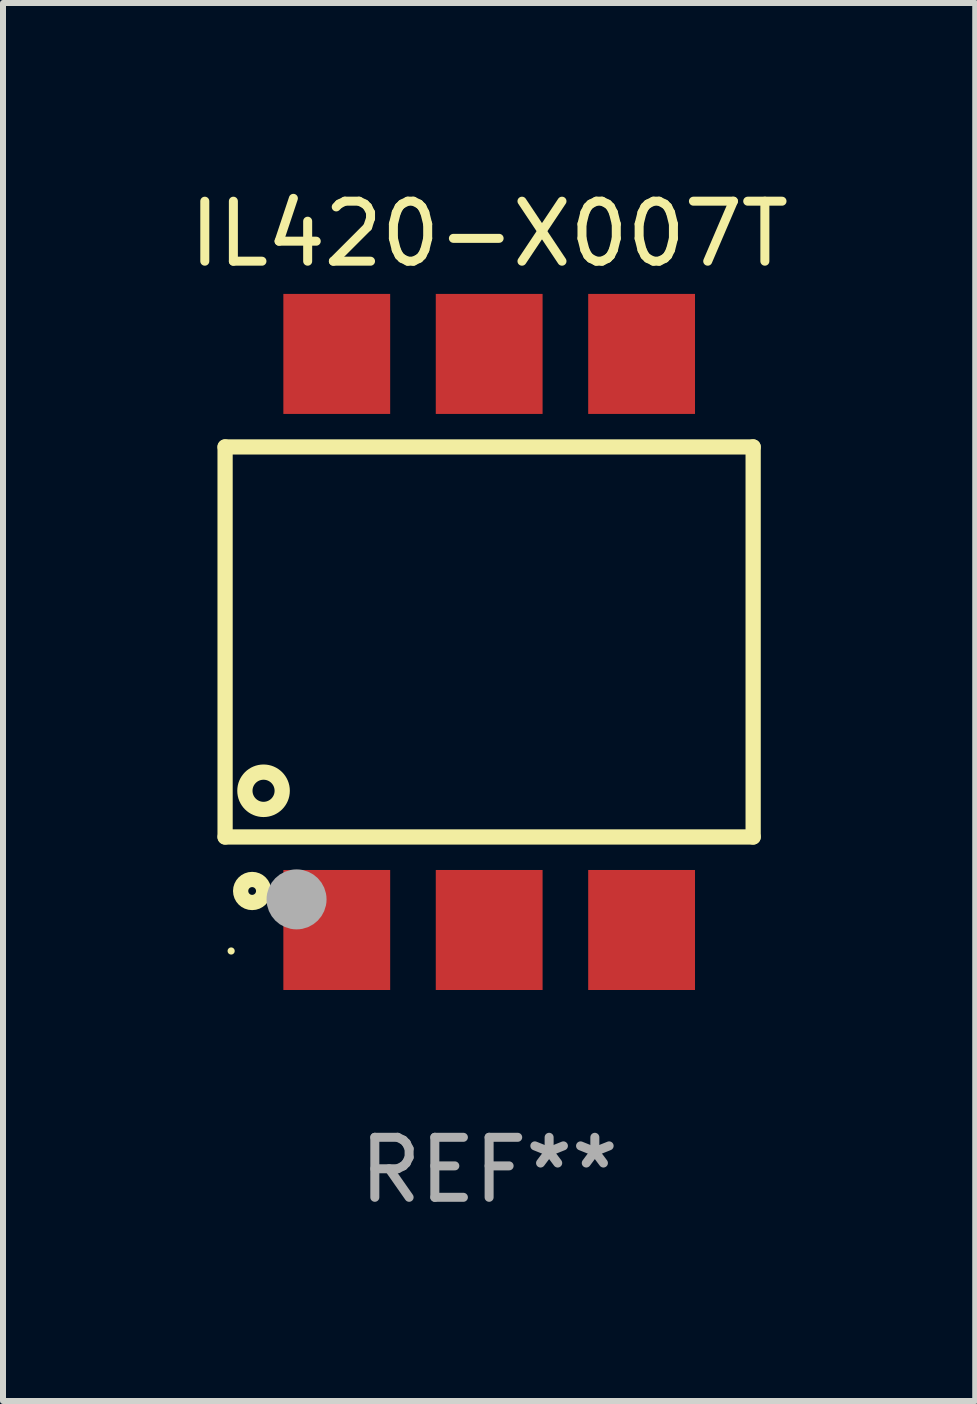
<source format=kicad_pcb>
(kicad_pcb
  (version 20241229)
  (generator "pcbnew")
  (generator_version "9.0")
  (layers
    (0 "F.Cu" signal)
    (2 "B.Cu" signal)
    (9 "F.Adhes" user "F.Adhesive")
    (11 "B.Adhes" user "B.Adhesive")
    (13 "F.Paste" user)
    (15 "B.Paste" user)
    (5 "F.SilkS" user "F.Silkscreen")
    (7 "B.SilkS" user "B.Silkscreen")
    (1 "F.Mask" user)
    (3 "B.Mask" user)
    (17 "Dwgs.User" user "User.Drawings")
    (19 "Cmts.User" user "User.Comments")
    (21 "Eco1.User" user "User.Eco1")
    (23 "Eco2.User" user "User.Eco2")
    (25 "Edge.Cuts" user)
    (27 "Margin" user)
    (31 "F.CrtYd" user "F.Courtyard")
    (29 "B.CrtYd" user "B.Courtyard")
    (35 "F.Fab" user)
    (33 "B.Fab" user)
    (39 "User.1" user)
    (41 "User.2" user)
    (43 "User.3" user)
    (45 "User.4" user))
  (footprint "IL420-X007T"
    (layer "F.Cu")
    (at 5.101 7.648)
    (property "Reference" "IL420-X007T" (at 0 -6.8 0) (layer "F.SilkS") (effects (font (size 1 1) (thickness 0.15))))
    (attr through_hole)
    (fp_line (start -4.4 -3.25) (end -4.4 3.25) (stroke (width 0.254) (type solid)) (layer "F.SilkS"))
    (fp_line (start -4.4 -3.25) (end 4.4 -3.25) (stroke (width 0.254) (type solid)) (layer "F.SilkS"))
    (fp_line (start 4.4 3.25) (end -4.4 3.25) (stroke (width 0.254) (type solid)) (layer "F.SilkS"))
    (fp_line (start 4.4 3.25) (end 4.4 -3.25) (stroke (width 0.254) (type solid)) (layer "F.SilkS"))
    (fp_circle (center -4.299 5.15) (end -4.269 5.15) (stroke (width 0.06) (type solid)) (fill no) (layer "F.SilkS"))
    (fp_circle (center -3.949 4.15) (end -3.757 4.15) (stroke (width 0.254) (type solid)) (fill no) (layer "F.SilkS"))
    (fp_circle (center -3.759 2.48) (end -3.448 2.48) (stroke (width 0.254) (type solid)) (fill no) (layer "F.SilkS"))
    (fp_circle (center -3.209 4.29) (end -2.959 4.29) (stroke (width 0.5) (type solid)) (fill no) (layer "F.Fab"))
    (fp_text user "REF**" (at 0 8.8 0) (layer "F.Fab") (effects (font (size 1 1) (thickness 0.15))))
    (pad "1" smd rect (at -2.539 4.8) (size 1.78 2) (layers "F.Cu" "F.Mask" "F.Paste"))
    (pad "2" smd rect (at 0.001 4.8) (size 1.78 2) (layers "F.Cu" "F.Mask" "F.Paste"))
    (pad "3" smd rect (at 2.541 4.8) (size 1.78 2) (layers "F.Cu" "F.Mask" "F.Paste"))
    (pad "4" smd rect (at 2.541 -4.8) (size 1.78 2) (layers "F.Cu" "F.Mask" "F.Paste"))
    (pad "5" smd rect (at 0.001 -4.8) (size 1.78 2) (layers "F.Cu" "F.Mask" "F.Paste"))
    (pad "6" smd rect (at -2.539 -4.8) (size 1.78 2) (layers "F.Cu" "F.Mask" "F.Paste")))
  (gr_rect
    (start -3 -3)
    (end 13.202 20.297)
    (stroke (width 0.1) (type default))
    (fill no)
    (layer "Edge.Cuts")))
</source>
